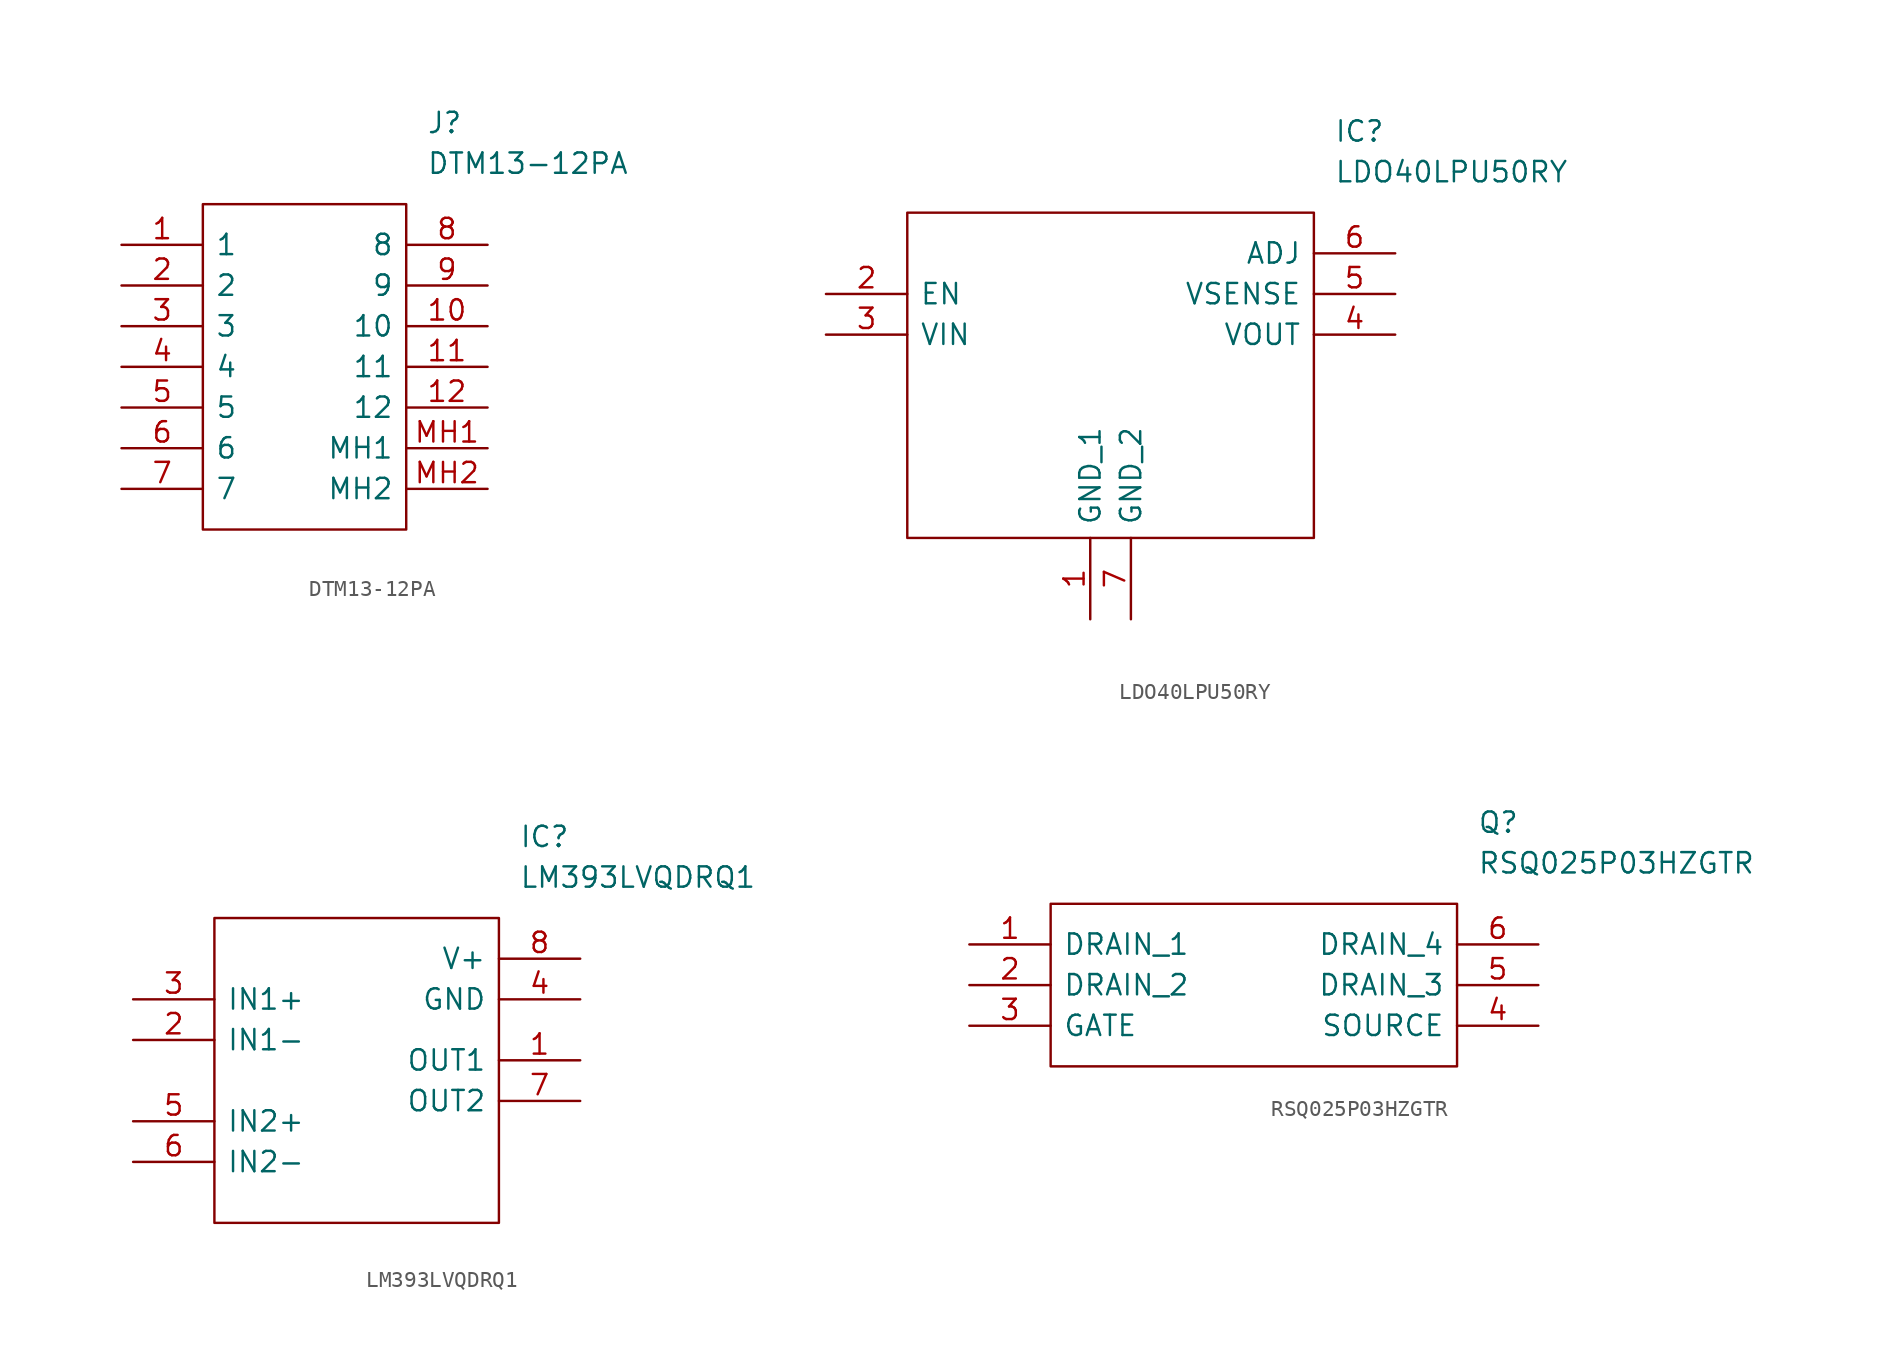
<source format=kicad_sym>
(kicad_symbol_lib
  (version 20211014)
  (generator kicad_symbol_editor)
  (symbol "DTM13-12PA"
    (pin_names
      (offset 0.762))
    (property "Reference" "J"
      (at 19.05 7.62 0)
      (effects (font (size 1.27 1.27)) (justify left)))
    (property "Value" "DTM13-12PA"
      (at 19.05 5.08 0)
      (effects (font (size 1.27 1.27)) (justify left)))
    (symbol "DTM13-12PA_0_0"
      (pin passive line (at 0 0 0) (length 5.08) (name "1" (effects (font (size 1.27 1.27)))) (number "1" (effects (font (size 1.27 1.27)))))
      (pin passive line (at 22.86 -5.08 180) (length 5.08) (name "10" (effects (font (size 1.27 1.27)))) (number "10" (effects (font (size 1.27 1.27)))))
      (pin passive line (at 22.86 -7.62 180) (length 5.08) (name "11" (effects (font (size 1.27 1.27)))) (number "11" (effects (font (size 1.27 1.27)))))
      (pin passive line (at 22.86 -10.16 180) (length 5.08) (name "12" (effects (font (size 1.27 1.27)))) (number "12" (effects (font (size 1.27 1.27)))))
      (pin passive line (at 0 -2.54 0) (length 5.08) (name "2" (effects (font (size 1.27 1.27)))) (number "2" (effects (font (size 1.27 1.27)))))
      (pin passive line (at 0 -5.08 0) (length 5.08) (name "3" (effects (font (size 1.27 1.27)))) (number "3" (effects (font (size 1.27 1.27)))))
      (pin passive line (at 0 -7.62 0) (length 5.08) (name "4" (effects (font (size 1.27 1.27)))) (number "4" (effects (font (size 1.27 1.27)))))
      (pin passive line (at 0 -10.16 0) (length 5.08) (name "5" (effects (font (size 1.27 1.27)))) (number "5" (effects (font (size 1.27 1.27)))))
      (pin passive line (at 0 -12.7 0) (length 5.08) (name "6" (effects (font (size 1.27 1.27)))) (number "6" (effects (font (size 1.27 1.27)))))
      (pin passive line (at 0 -15.24 0) (length 5.08) (name "7" (effects (font (size 1.27 1.27)))) (number "7" (effects (font (size 1.27 1.27)))))
      (pin passive line (at 22.86 0 180) (length 5.08) (name "8" (effects (font (size 1.27 1.27)))) (number "8" (effects (font (size 1.27 1.27)))))
      (pin passive line (at 22.86 -2.54 180) (length 5.08) (name "9" (effects (font (size 1.27 1.27)))) (number "9" (effects (font (size 1.27 1.27)))))
      (pin passive line (at 22.86 -12.7 180) (length 5.08) (name "MH1" (effects (font (size 1.27 1.27)))) (number "MH1" (effects (font (size 1.27 1.27)))))
      (pin passive line (at 22.86 -15.24 180) (length 5.08) (name "MH2" (effects (font (size 1.27 1.27)))) (number "MH2" (effects (font (size 1.27 1.27))))))
    (symbol "DTM13-12PA_0_1"
      (polyline (pts (xy 5.08 2.54) (xy 17.78 2.54) (xy 17.78 -17.78) (xy 5.08 -17.78) (xy 5.08 2.54)) (stroke (width 0.152) (type default) (color 0 0 0 0)) (fill (type none)))))
  (symbol "LDO40LPU50RY"
    (pin_names
      (offset 0.762))
    (property "Reference" "IC"
      (at 31.75 7.62 0)
      (effects (font (size 1.27 1.27)) (justify left)))
    (property "Value" "LDO40LPU50RY"
      (at 31.75 5.08 0)
      (effects (font (size 1.27 1.27)) (justify left)))
    (symbol "LDO40LPU50RY_0_0"
      (pin passive line (at 16.51 -22.86 90) (length 5.08) (name "GND_1" (effects (font (size 1.27 1.27)))) (number "1" (effects (font (size 1.27 1.27)))))
      (pin passive line (at 0 -2.54 0) (length 5.08) (name "EN" (effects (font (size 1.27 1.27)))) (number "2" (effects (font (size 1.27 1.27)))))
      (pin passive line (at 0 -5.08 0) (length 5.08) (name "VIN" (effects (font (size 1.27 1.27)))) (number "3" (effects (font (size 1.27 1.27)))))
      (pin passive line (at 35.56 -5.08 180) (length 5.08) (name "VOUT" (effects (font (size 1.27 1.27)))) (number "4" (effects (font (size 1.27 1.27)))))
      (pin passive line (at 35.56 -2.54 180) (length 5.08) (name "VSENSE" (effects (font (size 1.27 1.27)))) (number "5" (effects (font (size 1.27 1.27)))))
      (pin passive line (at 35.56 0 180) (length 5.08) (name "ADJ" (effects (font (size 1.27 1.27)))) (number "6" (effects (font (size 1.27 1.27)))))
      (pin passive line (at 19.05 -22.86 90) (length 5.08) (name "GND_2" (effects (font (size 1.27 1.27)))) (number "7" (effects (font (size 1.27 1.27))))))
    (symbol "LDO40LPU50RY_0_1"
      (polyline (pts (xy 5.08 2.54) (xy 30.48 2.54) (xy 30.48 -17.78) (xy 5.08 -17.78) (xy 5.08 2.54)) (stroke (width 0.152) (type default) (color 0 0 0 0)) (fill (type none)))))
  (symbol "LM393LVQDRQ1"
    (pin_names
      (offset 0.762))
    (property "Reference" "IC"
      (at 24.13 7.62 0)
      (effects (font (size 1.27 1.27)) (justify left)))
    (property "Value" "LM393LVQDRQ1"
      (at 24.13 5.08 0)
      (effects (font (size 1.27 1.27)) (justify left)))
    (symbol "LM393LVQDRQ1_0_0"
      (pin passive line (at 27.94 -6.35 180) (length 5.08) (name "OUT1" (effects (font (size 1.27 1.27)))) (number "1" (effects (font (size 1.27 1.27)))))
      (pin passive line (at 0 -5.08 0) (length 5.08) (name "IN1-" (effects (font (size 1.27 1.27)))) (number "2" (effects (font (size 1.27 1.27)))))
      (pin passive line (at 0 -2.54 0) (length 5.08) (name "IN1+" (effects (font (size 1.27 1.27)))) (number "3" (effects (font (size 1.27 1.27)))))
      (pin passive line (at 27.94 -2.54 180) (length 5.08) (name "GND" (effects (font (size 1.27 1.27)))) (number "4" (effects (font (size 1.27 1.27)))))
      (pin passive line (at 0 -10.16 0) (length 5.08) (name "IN2+" (effects (font (size 1.27 1.27)))) (number "5" (effects (font (size 1.27 1.27)))))
      (pin passive line (at 0 -12.7 0) (length 5.08) (name "IN2-" (effects (font (size 1.27 1.27)))) (number "6" (effects (font (size 1.27 1.27)))))
      (pin passive line (at 27.94 -8.89 180) (length 5.08) (name "OUT2" (effects (font (size 1.27 1.27)))) (number "7" (effects (font (size 1.27 1.27)))))
      (pin passive line (at 27.94 0 180) (length 5.08) (name "V+" (effects (font (size 1.27 1.27)))) (number "8" (effects (font (size 1.27 1.27))))))
    (symbol "LM393LVQDRQ1_0_1"
      (polyline (pts (xy 5.08 2.54) (xy 22.86 2.54) (xy 22.86 -16.51) (xy 5.08 -16.51) (xy 5.08 2.54)) (stroke (width 0.152) (type default) (color 0 0 0 0)) (fill (type none)))))
  (symbol "RSQ025P03HZGTR"
    (pin_names
      (offset 0.762))
    (property "Reference" "Q"
      (at 31.75 7.62 0)
      (effects (font (size 1.27 1.27)) (justify left)))
    (property "Value" "RSQ025P03HZGTR"
      (at 31.75 5.08 0)
      (effects (font (size 1.27 1.27)) (justify left)))
    (symbol "RSQ025P03HZGTR_0_0"
      (pin passive line (at 0 0 0) (length 5.08) (name "DRAIN_1" (effects (font (size 1.27 1.27)))) (number "1" (effects (font (size 1.27 1.27)))))
      (pin passive line (at 0 -2.54 0) (length 5.08) (name "DRAIN_2" (effects (font (size 1.27 1.27)))) (number "2" (effects (font (size 1.27 1.27)))))
      (pin passive line (at 0 -5.08 0) (length 5.08) (name "GATE" (effects (font (size 1.27 1.27)))) (number "3" (effects (font (size 1.27 1.27)))))
      (pin passive line (at 35.56 -5.08 180) (length 5.08) (name "SOURCE" (effects (font (size 1.27 1.27)))) (number "4" (effects (font (size 1.27 1.27)))))
      (pin passive line (at 35.56 -2.54 180) (length 5.08) (name "DRAIN_3" (effects (font (size 1.27 1.27)))) (number "5" (effects (font (size 1.27 1.27)))))
      (pin passive line (at 35.56 0 180) (length 5.08) (name "DRAIN_4" (effects (font (size 1.27 1.27)))) (number "6" (effects (font (size 1.27 1.27))))))
    (symbol "RSQ025P03HZGTR_0_1"
      (polyline (pts (xy 5.08 2.54) (xy 30.48 2.54) (xy 30.48 -7.62) (xy 5.08 -7.62) (xy 5.08 2.54)) (stroke (width 0.152) (type default) (color 0 0 0 0)) (fill (type none))))))
</source>
